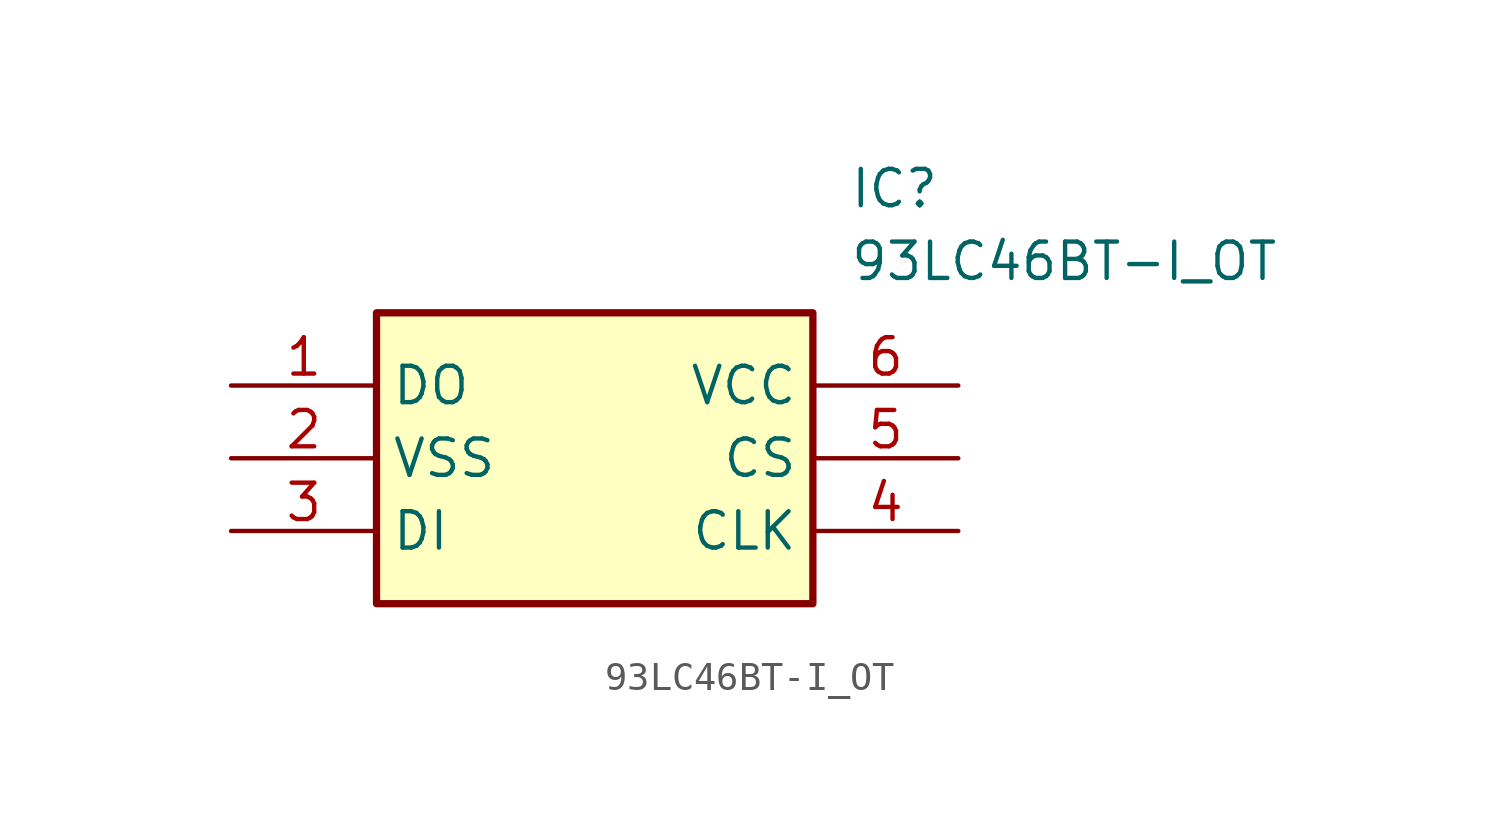
<source format=kicad_sym>
(kicad_symbol_lib
  (version 20211014)
  (generator SamacSys_ECAD_Model)
  (symbol "93LC46BT-I_OT"
    (property "Reference" "IC"
      (at 21.59 7.62 0)
      (effects (font (size 1.27 1.27)) (justify left top)))
    (property "Value" "93LC46BT-I_OT"
      (at 21.59 5.08 0)
      (effects (font (size 1.27 1.27)) (justify left top)))
    (rectangle
      (start 5.08 2.54)
      (end 20.32 -7.62)
      (stroke (width 0.254) (type default))
      (fill (type background)))
    (pin passive line
      (at 0 0 0)
      (length 5.08)
      (name "DO" (effects (font (size 1.27 1.27))))
      (number "1" (effects (font (size 1.27 1.27)))))
    (pin passive line
      (at 0 -2.54 0)
      (length 5.08)
      (name "VSS" (effects (font (size 1.27 1.27))))
      (number "2" (effects (font (size 1.27 1.27)))))
    (pin passive line
      (at 0 -5.08 0)
      (length 5.08)
      (name "DI" (effects (font (size 1.27 1.27))))
      (number "3" (effects (font (size 1.27 1.27)))))
    (pin passive line
      (at 25.4 0 180)
      (length 5.08)
      (name "VCC" (effects (font (size 1.27 1.27))))
      (number "6" (effects (font (size 1.27 1.27)))))
    (pin passive line
      (at 25.4 -2.54 180)
      (length 5.08)
      (name "CS" (effects (font (size 1.27 1.27))))
      (number "5" (effects (font (size 1.27 1.27)))))
    (pin passive line
      (at 25.4 -5.08 180)
      (length 5.08)
      (name "CLK" (effects (font (size 1.27 1.27))))
      (number "4" (effects (font (size 1.27 1.27)))))))
</source>
